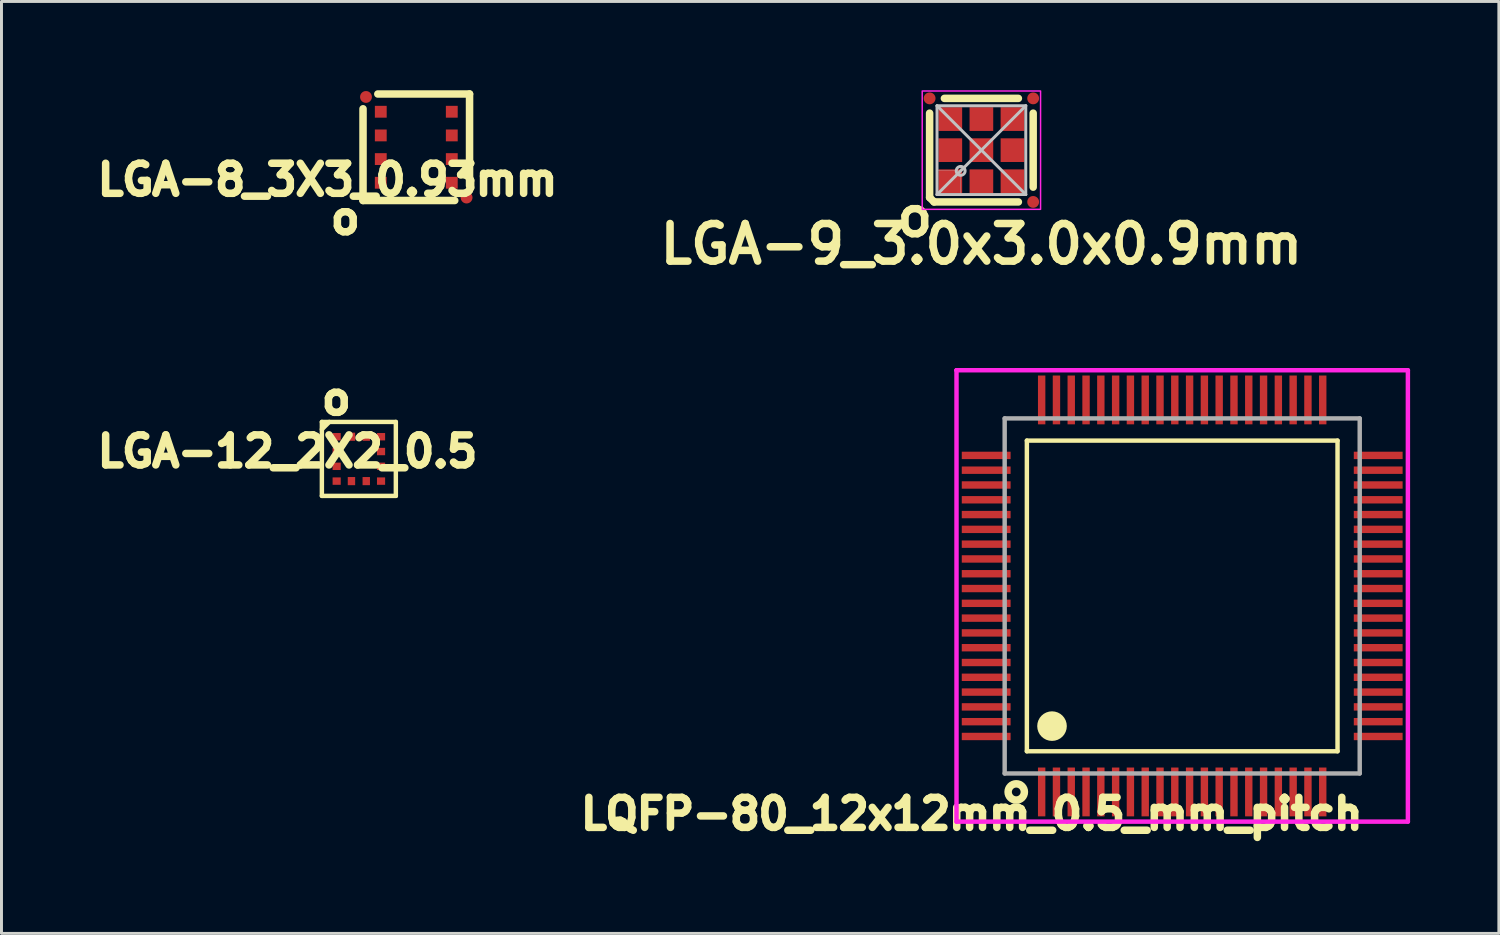
<source format=kicad_pcb>
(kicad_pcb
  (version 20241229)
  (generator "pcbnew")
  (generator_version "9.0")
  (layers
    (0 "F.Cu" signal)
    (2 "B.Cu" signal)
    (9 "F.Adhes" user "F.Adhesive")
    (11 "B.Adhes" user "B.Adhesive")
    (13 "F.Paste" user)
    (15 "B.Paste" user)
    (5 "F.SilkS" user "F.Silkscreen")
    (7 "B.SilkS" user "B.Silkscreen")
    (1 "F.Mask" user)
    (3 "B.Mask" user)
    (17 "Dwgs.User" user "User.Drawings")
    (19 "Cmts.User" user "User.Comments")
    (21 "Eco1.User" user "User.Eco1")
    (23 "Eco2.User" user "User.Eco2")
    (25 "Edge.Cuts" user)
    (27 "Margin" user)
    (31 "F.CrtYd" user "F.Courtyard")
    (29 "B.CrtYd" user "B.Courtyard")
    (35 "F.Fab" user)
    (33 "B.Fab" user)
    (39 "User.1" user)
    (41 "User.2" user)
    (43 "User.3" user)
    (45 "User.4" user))
  (footprint "LGA-12_2X2_0.5"
    (layer "F.Cu")
    (at 9.079 12.461)
    (property "Reference" "LGA-12_2X2_0.5" (at -2.413 -0.254 0) (layer "F.SilkS") (effects (font (size 1.016 1.016) (thickness 0.254))))
    (attr smd)
    (fp_line (start -1.25 -1.25) (end -1.25 1.25) (stroke (width 0.15) (type solid)) (layer "F.SilkS"))
    (fp_line (start -1.25 1.25) (end 1.25 1.25) (stroke (width 0.15) (type solid)) (layer "F.SilkS"))
    (fp_line (start -1 -1.25) (end -1.25 -1) (stroke (width 0.15) (type solid)) (layer "F.SilkS"))
    (fp_line (start 1.25 -1.25) (end -1.25 -1.25) (stroke (width 0.15) (type solid)) (layer "F.SilkS"))
    (fp_line (start 1.25 1.25) (end 1.25 -1.25) (stroke (width 0.15) (type solid)) (layer "F.SilkS"))
    (fp_text user "o" (at -0.762 -2.032 0) (layer "F.SilkS") (effects (font (size 1.016 1.016) (thickness 0.254))))
    (pad "1" smd rect (at -0.75 -0.75) (size 0.275 0.25) (layers "F.Cu" "F.Mask" "F.Paste"))
    (pad "2" smd rect (at -0.75 -0.25) (size 0.275 0.25) (layers "F.Cu" "F.Mask" "F.Paste"))
    (pad "3" smd rect (at -0.75 0.25) (size 0.275 0.25) (layers "F.Cu" "F.Mask" "F.Paste"))
    (pad "4" smd rect (at -0.75 0.75) (size 0.275 0.25) (layers "F.Cu" "F.Mask" "F.Paste"))
    (pad "5" smd rect (at -0.25 0.75 90) (size 0.275 0.25) (layers "F.Cu" "F.Mask" "F.Paste"))
    (pad "6" smd rect (at 0.25 0.75 90) (size 0.275 0.25) (layers "F.Cu" "F.Mask" "F.Paste"))
    (pad "7" smd rect (at 0.75 0.75 180) (size 0.275 0.25) (layers "F.Cu" "F.Mask" "F.Paste"))
    (pad "8" smd rect (at 0.75 0.25 180) (size 0.275 0.25) (layers "F.Cu" "F.Mask" "F.Paste"))
    (pad "9" smd rect (at 0.75 -0.25 180) (size 0.275 0.25) (layers "F.Cu" "F.Mask" "F.Paste"))
    (pad "10" smd rect (at 0.75 -0.75 180) (size 0.275 0.25) (layers "F.Cu" "F.Mask" "F.Paste"))
    (pad "11" smd rect (at 0.25 -0.75 270) (size 0.275 0.25) (layers "F.Cu" "F.Mask" "F.Paste"))
    (pad "12" smd rect (at -0.25 -0.75 270) (size 0.275 0.25) (layers "F.Cu" "F.Mask" "F.Paste")))
  (footprint "LGA-9_3.0x3.0x0.9mm"
    (layer "F.Cu")
    (at 30.12 2.025)
    (property "Reference" "LGA-9_3.0x3.0x0.9mm" (at 0 3.175 180) (layer "F.SilkS") (effects (font (size 1.27 1.27) (thickness 0.254))))
    (attr smd)
    (fp_line (start -1.75 -1.25) (end -1.75 1.6) (stroke (width 0.254) (type solid)) (layer "F.SilkS"))
    (fp_line (start -1.6 1.75) (end -1.75 1.6) (stroke (width 0.254) (type default)) (layer "F.SilkS"))
    (fp_line (start -1.6 1.75) (end 1.25 1.75) (stroke (width 0.254) (type solid)) (layer "F.SilkS"))
    (fp_line (start 1.25 -1.75) (end -1.25 -1.75) (stroke (width 0.254) (type solid)) (layer "F.SilkS"))
    (fp_line (start 1.75 1.25) (end 1.75 -1.25) (stroke (width 0.254) (type solid)) (layer "F.SilkS"))
    (fp_line (start -1.5 -1.5) (end -1.5 1.5) (stroke (width 0.1) (type default)) (layer "Dwgs.User"))
    (fp_line (start -1.5 -1.5) (end 1.5 1.5) (stroke (width 0.1) (type default)) (layer "Dwgs.User"))
    (fp_line (start -1.5 1.5) (end 1.5 1.5) (stroke (width 0.1) (type default)) (layer "Dwgs.User"))
    (fp_line (start -0.7 0.7) (end -1.5 0.7) (stroke (width 0.01) (type default)) (layer "Dwgs.User"))
    (fp_line (start -0.7 0.7) (end -0.7 0.55) (stroke (width 0.01) (type default)) (layer "Dwgs.User"))
    (fp_line (start -0.7 0.7) (end -0.7 1.5) (stroke (width 0.01) (type default)) (layer "Dwgs.User"))
    (fp_line (start -0.7 0.7) (end -0.55 0.7) (stroke (width 0.01) (type default)) (layer "Dwgs.User"))
    (fp_line (start 1.5 -1.5) (end -1.5 -1.5) (stroke (width 0.1) (type default)) (layer "Dwgs.User"))
    (fp_line (start 1.5 -1.5) (end -1.5 1.5) (stroke (width 0.1) (type default)) (layer "Dwgs.User"))
    (fp_line (start 1.5 1.5) (end 1.5 -1.5) (stroke (width 0.1) (type default)) (layer "Dwgs.User"))
    (fp_circle (center -0.7 0.7) (end -0.85 0.7) (stroke (width 0.1) (type default)) (fill no) (layer "Dwgs.User"))
    (fp_rect (start -2 -2) (end 2 2) (stroke (width 0.05) (type default)) (fill no) (layer "F.CrtYd"))
    (fp_text user "o" (at -2.25 2.25 180) (layer "F.SilkS") (effects (font (size 1.27 1.27) (thickness 0.254))))
    (pad "1" smd rect (at -1.05 1.05 270) (size 0.8 0.8) (layers "F.Cu" "F.Mask" "F.Paste"))
    (pad "2" smd rect (at 0 1.05 270) (size 0.8 0.8) (layers "F.Cu" "F.Mask" "F.Paste"))
    (pad "3" smd rect (at 1.05 1.05 270) (size 0.8 0.8) (layers "F.Cu" "F.Mask" "F.Paste"))
    (pad "4" smd rect (at 1.05 0 270) (size 0.8 0.8) (layers "F.Cu" "F.Mask" "F.Paste"))
    (pad "5" smd rect (at 1.05 -1.05 270) (size 0.8 0.8) (layers "F.Cu" "F.Mask" "F.Paste"))
    (pad "6" smd rect (at 0 -1.05 270) (size 0.8 0.8) (layers "F.Cu" "F.Mask" "F.Paste"))
    (pad "7" smd rect (at -1.05 -1.05 270) (size 0.8 0.8) (layers "F.Cu" "F.Mask" "F.Paste"))
    (pad "8" smd rect (at -1.05 0 270) (size 0.8 0.8) (layers "F.Cu" "F.Mask" "F.Paste"))
    (pad "9" smd rect (at 0 0 270) (size 0.8 0.8) (layers "F.Cu" "F.Mask" "F.Paste"))
    (pad "10" smd circle (at -1.75 -1.75 180) (size 0.4 0.4) (layers "F.Cu" "F.Mask"))
    (pad "11" smd circle (at 1.75 -1.75 180) (size 0.4 0.4) (layers "F.Cu" "F.Mask"))
    (pad "12" smd circle (at 1.75 1.75 180) (size 0.4 0.4) (layers "F.Cu" "F.Mask")))
  (footprint "LQFP-80_12x12mm_0.5_mm_pitch"
    (layer "F.Cu")
    (at 36.907 17.092)
    (property "Reference" "LQFP-80_12x12mm_0.5_mm_pitch" (at -7.112 7.366 180) (layer "F.SilkS") (effects (font (size 1.016 1.016) (thickness 0.254))))
    (attr smd)
    (fp_line (start -5.25 -5.25) (end 5.25 -5.25) (stroke (width 0.15) (type solid)) (layer "F.SilkS"))
    (fp_line (start -5.25 5.25) (end -5.25 -5.25) (stroke (width 0.15) (type solid)) (layer "F.SilkS"))
    (fp_line (start 5.25 -5.25) (end 5.25 5.25) (stroke (width 0.15) (type solid)) (layer "F.SilkS"))
    (fp_line (start 5.25 5.25) (end -5.25 5.25) (stroke (width 0.15) (type solid)) (layer "F.SilkS"))
    (fp_circle (center -5.609 6.625) (end -5.609 6.35) (stroke (width 0.254) (type solid)) (fill no) (layer "F.SilkS"))
    (fp_circle (center -4.4 4.4) (end -4.4 4.15) (stroke (width 0.5) (type solid)) (fill no) (layer "F.SilkS"))
    (fp_line (start -7.628 -7.628) (end -7.628 -7.628) (stroke (width 0.15) (type solid)) (layer "F.CrtYd"))
    (fp_line (start -7.628 -7.628) (end -7.628 7.628) (stroke (width 0.15) (type solid)) (layer "F.CrtYd"))
    (fp_line (start -7.628 7.628) (end 7.628 7.628) (stroke (width 0.15) (type solid)) (layer "F.CrtYd"))
    (fp_line (start 7.628 -7.628) (end -7.628 -7.628) (stroke (width 0.15) (type solid)) (layer "F.CrtYd"))
    (fp_line (start 7.628 7.628) (end 7.628 -7.628) (stroke (width 0.15) (type solid)) (layer "F.CrtYd"))
    (fp_line (start -6 -6) (end 6 -6) (stroke (width 0.15) (type solid)) (layer "F.Fab"))
    (fp_line (start -6 6) (end -6 -6) (stroke (width 0.15) (type solid)) (layer "F.Fab"))
    (fp_line (start 6 -6) (end 6 6) (stroke (width 0.15) (type solid)) (layer "F.Fab"))
    (fp_line (start 6 6) (end -6 6) (stroke (width 0.15) (type solid)) (layer "F.Fab"))
    (pad "1" smd rect (at -4.75 6.625 90) (size 1.65 0.25) (layers "F.Cu" "F.Mask" "F.Paste"))
    (pad "2" smd rect (at -4.25 6.625 90) (size 1.65 0.25) (layers "F.Cu" "F.Mask" "F.Paste"))
    (pad "3" smd rect (at -3.75 6.625 90) (size 1.65 0.25) (layers "F.Cu" "F.Mask" "F.Paste"))
    (pad "4" smd rect (at -3.25 6.625 90) (size 1.65 0.25) (layers "F.Cu" "F.Mask" "F.Paste"))
    (pad "5" smd rect (at -2.75 6.625 90) (size 1.65 0.25) (layers "F.Cu" "F.Mask" "F.Paste"))
    (pad "6" smd rect (at -2.25 6.625 90) (size 1.65 0.25) (layers "F.Cu" "F.Mask" "F.Paste"))
    (pad "7" smd rect (at -1.75 6.625 90) (size 1.65 0.25) (layers "F.Cu" "F.Mask" "F.Paste"))
    (pad "8" smd rect (at -1.25 6.625 90) (size 1.65 0.25) (layers "F.Cu" "F.Mask" "F.Paste"))
    (pad "9" smd rect (at -0.75 6.625 90) (size 1.65 0.25) (layers "F.Cu" "F.Mask" "F.Paste"))
    (pad "10" smd rect (at -0.25 6.625 90) (size 1.65 0.25) (layers "F.Cu" "F.Mask" "F.Paste"))
    (pad "11" smd rect (at 0.25 6.625 90) (size 1.65 0.25) (layers "F.Cu" "F.Mask" "F.Paste"))
    (pad "12" smd rect (at 0.75 6.625 90) (size 1.65 0.25) (layers "F.Cu" "F.Mask" "F.Paste"))
    (pad "13" smd rect (at 1.25 6.625 90) (size 1.65 0.25) (layers "F.Cu" "F.Mask" "F.Paste"))
    (pad "14" smd rect (at 1.75 6.625 90) (size 1.65 0.25) (layers "F.Cu" "F.Mask" "F.Paste"))
    (pad "15" smd rect (at 2.25 6.625 90) (size 1.65 0.25) (layers "F.Cu" "F.Mask" "F.Paste"))
    (pad "16" smd rect (at 2.75 6.625 90) (size 1.65 0.25) (layers "F.Cu" "F.Mask" "F.Paste"))
    (pad "17" smd rect (at 3.25 6.625 90) (size 1.65 0.25) (layers "F.Cu" "F.Mask" "F.Paste"))
    (pad "18" smd rect (at 3.75 6.625 90) (size 1.65 0.25) (layers "F.Cu" "F.Mask" "F.Paste"))
    (pad "19" smd rect (at 4.25 6.625 90) (size 1.65 0.25) (layers "F.Cu" "F.Mask" "F.Paste"))
    (pad "20" smd rect (at 4.75 6.625 90) (size 1.65 0.25) (layers "F.Cu" "F.Mask" "F.Paste"))
    (pad "21" smd rect (at 6.625 4.75 90) (size 0.25 1.65) (layers "F.Cu" "F.Mask" "F.Paste"))
    (pad "22" smd rect (at 6.625 4.25 90) (size 0.25 1.65) (layers "F.Cu" "F.Mask" "F.Paste"))
    (pad "23" smd rect (at 6.625 3.75 90) (size 0.25 1.65) (layers "F.Cu" "F.Mask" "F.Paste"))
    (pad "24" smd rect (at 6.625 3.25 90) (size 0.25 1.65) (layers "F.Cu" "F.Mask" "F.Paste"))
    (pad "25" smd rect (at 6.625 2.75 90) (size 0.25 1.65) (layers "F.Cu" "F.Mask" "F.Paste"))
    (pad "26" smd rect (at 6.625 2.25 90) (size 0.25 1.65) (layers "F.Cu" "F.Mask" "F.Paste"))
    (pad "27" smd rect (at 6.625 1.75 90) (size 0.25 1.65) (layers "F.Cu" "F.Mask" "F.Paste"))
    (pad "28" smd rect (at 6.625 1.25 90) (size 0.25 1.65) (layers "F.Cu" "F.Mask" "F.Paste"))
    (pad "29" smd rect (at 6.625 0.75 90) (size 0.25 1.65) (layers "F.Cu" "F.Mask" "F.Paste"))
    (pad "30" smd rect (at 6.625 0.25 90) (size 0.25 1.65) (layers "F.Cu" "F.Mask" "F.Paste"))
    (pad "31" smd rect (at 6.625 -0.25 90) (size 0.25 1.65) (layers "F.Cu" "F.Mask" "F.Paste"))
    (pad "32" smd rect (at 6.625 -0.75 90) (size 0.25 1.65) (layers "F.Cu" "F.Mask" "F.Paste"))
    (pad "33" smd rect (at 6.625 -1.25 90) (size 0.25 1.65) (layers "F.Cu" "F.Mask" "F.Paste"))
    (pad "34" smd rect (at 6.625 -1.75 90) (size 0.25 1.65) (layers "F.Cu" "F.Mask" "F.Paste"))
    (pad "35" smd rect (at 6.625 -2.25 90) (size 0.25 1.65) (layers "F.Cu" "F.Mask" "F.Paste"))
    (pad "36" smd rect (at 6.625 -2.75 90) (size 0.25 1.65) (layers "F.Cu" "F.Mask" "F.Paste"))
    (pad "37" smd rect (at 6.625 -3.25 90) (size 0.25 1.65) (layers "F.Cu" "F.Mask" "F.Paste"))
    (pad "38" smd rect (at 6.625 -3.75 90) (size 0.25 1.65) (layers "F.Cu" "F.Mask" "F.Paste"))
    (pad "39" smd rect (at 6.625 -4.25 90) (size 0.25 1.65) (layers "F.Cu" "F.Mask" "F.Paste"))
    (pad "40" smd rect (at 6.625 -4.75 90) (size 0.25 1.65) (layers "F.Cu" "F.Mask" "F.Paste"))
    (pad "41" smd rect (at 4.75 -6.625 90) (size 1.65 0.25) (layers "F.Cu" "F.Mask" "F.Paste"))
    (pad "42" smd rect (at 4.25 -6.625 90) (size 1.65 0.25) (layers "F.Cu" "F.Mask" "F.Paste"))
    (pad "43" smd rect (at 3.75 -6.625 90) (size 1.65 0.25) (layers "F.Cu" "F.Mask" "F.Paste"))
    (pad "44" smd rect (at 3.25 -6.625 90) (size 1.65 0.25) (layers "F.Cu" "F.Mask" "F.Paste"))
    (pad "45" smd rect (at 2.75 -6.625 90) (size 1.65 0.25) (layers "F.Cu" "F.Mask" "F.Paste"))
    (pad "46" smd rect (at 2.25 -6.625 90) (size 1.65 0.25) (layers "F.Cu" "F.Mask" "F.Paste"))
    (pad "47" smd rect (at 1.75 -6.625 90) (size 1.65 0.25) (layers "F.Cu" "F.Mask" "F.Paste"))
    (pad "48" smd rect (at 1.25 -6.625 90) (size 1.65 0.25) (layers "F.Cu" "F.Mask" "F.Paste"))
    (pad "49" smd rect (at 0.75 -6.625 90) (size 1.65 0.25) (layers "F.Cu" "F.Mask" "F.Paste"))
    (pad "50" smd rect (at 0.25 -6.625 90) (size 1.65 0.25) (layers "F.Cu" "F.Mask" "F.Paste"))
    (pad "51" smd rect (at -0.25 -6.625 90) (size 1.65 0.25) (layers "F.Cu" "F.Mask" "F.Paste"))
    (pad "52" smd rect (at -0.75 -6.625 90) (size 1.65 0.25) (layers "F.Cu" "F.Mask" "F.Paste"))
    (pad "53" smd rect (at -1.25 -6.625 90) (size 1.65 0.25) (layers "F.Cu" "F.Mask" "F.Paste"))
    (pad "54" smd rect (at -1.75 -6.625 90) (size 1.65 0.25) (layers "F.Cu" "F.Mask" "F.Paste"))
    (pad "55" smd rect (at -2.25 -6.625 90) (size 1.65 0.25) (layers "F.Cu" "F.Mask" "F.Paste"))
    (pad "56" smd rect (at -2.75 -6.625 90) (size 1.65 0.25) (layers "F.Cu" "F.Mask" "F.Paste"))
    (pad "57" smd rect (at -3.25 -6.625 90) (size 1.65 0.25) (layers "F.Cu" "F.Mask" "F.Paste"))
    (pad "58" smd rect (at -3.75 -6.625 90) (size 1.65 0.25) (layers "F.Cu" "F.Mask" "F.Paste"))
    (pad "59" smd rect (at -4.25 -6.625 90) (size 1.65 0.25) (layers "F.Cu" "F.Mask" "F.Paste"))
    (pad "60" smd rect (at -4.75 -6.625 90) (size 1.65 0.25) (layers "F.Cu" "F.Mask" "F.Paste"))
    (pad "61" smd rect (at -6.625 -4.75 90) (size 0.25 1.65) (layers "F.Cu" "F.Mask" "F.Paste"))
    (pad "62" smd rect (at -6.625 -4.25 90) (size 0.25 1.65) (layers "F.Cu" "F.Mask" "F.Paste"))
    (pad "63" smd rect (at -6.625 -3.75 90) (size 0.25 1.65) (layers "F.Cu" "F.Mask" "F.Paste"))
    (pad "64" smd rect (at -6.625 -3.25 90) (size 0.25 1.65) (layers "F.Cu" "F.Mask" "F.Paste"))
    (pad "65" smd rect (at -6.625 -2.75 90) (size 0.25 1.65) (layers "F.Cu" "F.Mask" "F.Paste"))
    (pad "66" smd rect (at -6.625 -2.25 90) (size 0.25 1.65) (layers "F.Cu" "F.Mask" "F.Paste"))
    (pad "67" smd rect (at -6.625 -1.75 90) (size 0.25 1.65) (layers "F.Cu" "F.Mask" "F.Paste"))
    (pad "68" smd rect (at -6.625 -1.25 90) (size 0.25 1.65) (layers "F.Cu" "F.Mask" "F.Paste"))
    (pad "69" smd rect (at -6.625 -0.75 90) (size 0.25 1.65) (layers "F.Cu" "F.Mask" "F.Paste"))
    (pad "70" smd rect (at -6.625 -0.25 90) (size 0.25 1.65) (layers "F.Cu" "F.Mask" "F.Paste"))
    (pad "71" smd rect (at -6.625 0.25 90) (size 0.25 1.65) (layers "F.Cu" "F.Mask" "F.Paste"))
    (pad "72" smd rect (at -6.625 0.75 90) (size 0.25 1.65) (layers "F.Cu" "F.Mask" "F.Paste"))
    (pad "73" smd rect (at -6.625 1.25 90) (size 0.25 1.65) (layers "F.Cu" "F.Mask" "F.Paste"))
    (pad "74" smd rect (at -6.625 1.75 90) (size 0.25 1.65) (layers "F.Cu" "F.Mask" "F.Paste"))
    (pad "75" smd rect (at -6.625 2.25 90) (size 0.25 1.65) (layers "F.Cu" "F.Mask" "F.Paste"))
    (pad "76" smd rect (at -6.625 2.75 90) (size 0.25 1.65) (layers "F.Cu" "F.Mask" "F.Paste"))
    (pad "77" smd rect (at -6.625 3.25 90) (size 0.25 1.65) (layers "F.Cu" "F.Mask" "F.Paste"))
    (pad "78" smd rect (at -6.625 3.75 90) (size 0.25 1.65) (layers "F.Cu" "F.Mask" "F.Paste"))
    (pad "79" smd rect (at -6.625 4.25 90) (size 0.25 1.65) (layers "F.Cu" "F.Mask" "F.Paste"))
    (pad "80" smd rect (at -6.625 4.75 90) (size 0.25 1.65) (layers "F.Cu" "F.Mask" "F.Paste")))
  (footprint "LGA-8_3X3_0.93mm"
    (layer "F.Cu")
    (at 11.02 1.927)
    (property "Reference" "LGA-8_3X3_0.93mm" (at -3 1.1 180) (layer "F.SilkS") (effects (font (size 1.016 1.016) (thickness 0.254))))
    (attr smd)
    (fp_line (start -1.8 -1.3) (end -1.8 1.8) (stroke (width 0.254) (type solid)) (layer "F.SilkS"))
    (fp_line (start -1.8 1.8) (end 1.3 1.8) (stroke (width 0.254) (type solid)) (layer "F.SilkS"))
    (fp_line (start 1.8 -1.8) (end -1.3 -1.8) (stroke (width 0.254) (type solid)) (layer "F.SilkS"))
    (fp_line (start 1.8 1.3) (end 1.8 -1.8) (stroke (width 0.254) (type solid)) (layer "F.SilkS"))
    (fp_line (start -1.5 -1.5) (end -1.5 1.5) (stroke (width 0.1) (type default)) (layer "Eco1.User"))
    (fp_line (start -1.5 1.5) (end 1.5 1.5) (stroke (width 0.1) (type default)) (layer "Eco1.User"))
    (fp_line (start 1.5 -1.5) (end -1.5 -1.5) (stroke (width 0.1) (type default)) (layer "Eco1.User"))
    (fp_line (start 1.5 1.5) (end 1.5 -1.5) (stroke (width 0.1) (type default)) (layer "Eco1.User"))
    (fp_text user "o" (at -2.4 2.4 180) (layer "F.SilkS") (effects (font (size 1.016 1.016) (thickness 0.254))))
    (pad "" smd rect (at -1.2 -1.2 180) (size 0.42 0.42) (layers "F.Paste"))
    (pad "" smd rect (at -1.2 -0.4 180) (size 0.42 0.42) (layers "F.Paste"))
    (pad "" smd rect (at -1.2 0.4 180) (size 0.42 0.42) (layers "F.Paste"))
    (pad "" smd rect (at -1.2 1.2 180) (size 0.42 0.42) (layers "F.Paste"))
    (pad "" smd rect (at 1.2 -1.2 180) (size 0.42 0.42) (layers "F.Paste"))
    (pad "" smd rect (at 1.2 -0.4 180) (size 0.42 0.42) (layers "F.Paste"))
    (pad "" smd rect (at 1.2 0.4 180) (size 0.42 0.42) (layers "F.Paste"))
    (pad "" smd rect (at 1.2 1.2 180) (size 0.42 0.42) (layers "F.Paste"))
    (pad "1" smd rect (at -1.2 1.2 180) (size 0.4 0.4) (layers "F.Cu" "F.Mask"))
    (pad "2" smd rect (at -1.2 0.4 180) (size 0.4 0.4) (layers "F.Cu" "F.Mask"))
    (pad "3" smd rect (at -1.2 -0.4 180) (size 0.4 0.4) (layers "F.Cu" "F.Mask"))
    (pad "4" smd rect (at -1.2 -1.2 180) (size 0.4 0.4) (layers "F.Cu" "F.Mask"))
    (pad "5" smd rect (at 1.2 -1.2 180) (size 0.4 0.4) (layers "F.Cu" "F.Mask"))
    (pad "6" smd rect (at 1.2 -0.4 180) (size 0.4 0.4) (layers "F.Cu" "F.Mask"))
    (pad "7" smd rect (at 1.2 0.4) (size 0.4 0.4) (layers "F.Cu" "F.Mask"))
    (pad "8" smd rect (at 1.2 1.2) (size 0.4 0.4) (layers "F.Cu" "F.Mask"))
    (pad "fid" smd circle (at -1.7 -1.7 180) (size 0.4 0.4) (layers "F.Cu" "F.Mask"))
    (pad "fid" smd circle (at 1.7 1.7 180) (size 0.4 0.4) (layers "F.Cu" "F.Mask")))
  (gr_rect
    (start -3 -3)
    (end 47.61 28.498)
    (stroke (width 0.1) (type default))
    (fill no)
    (layer "Edge.Cuts")))
</source>
